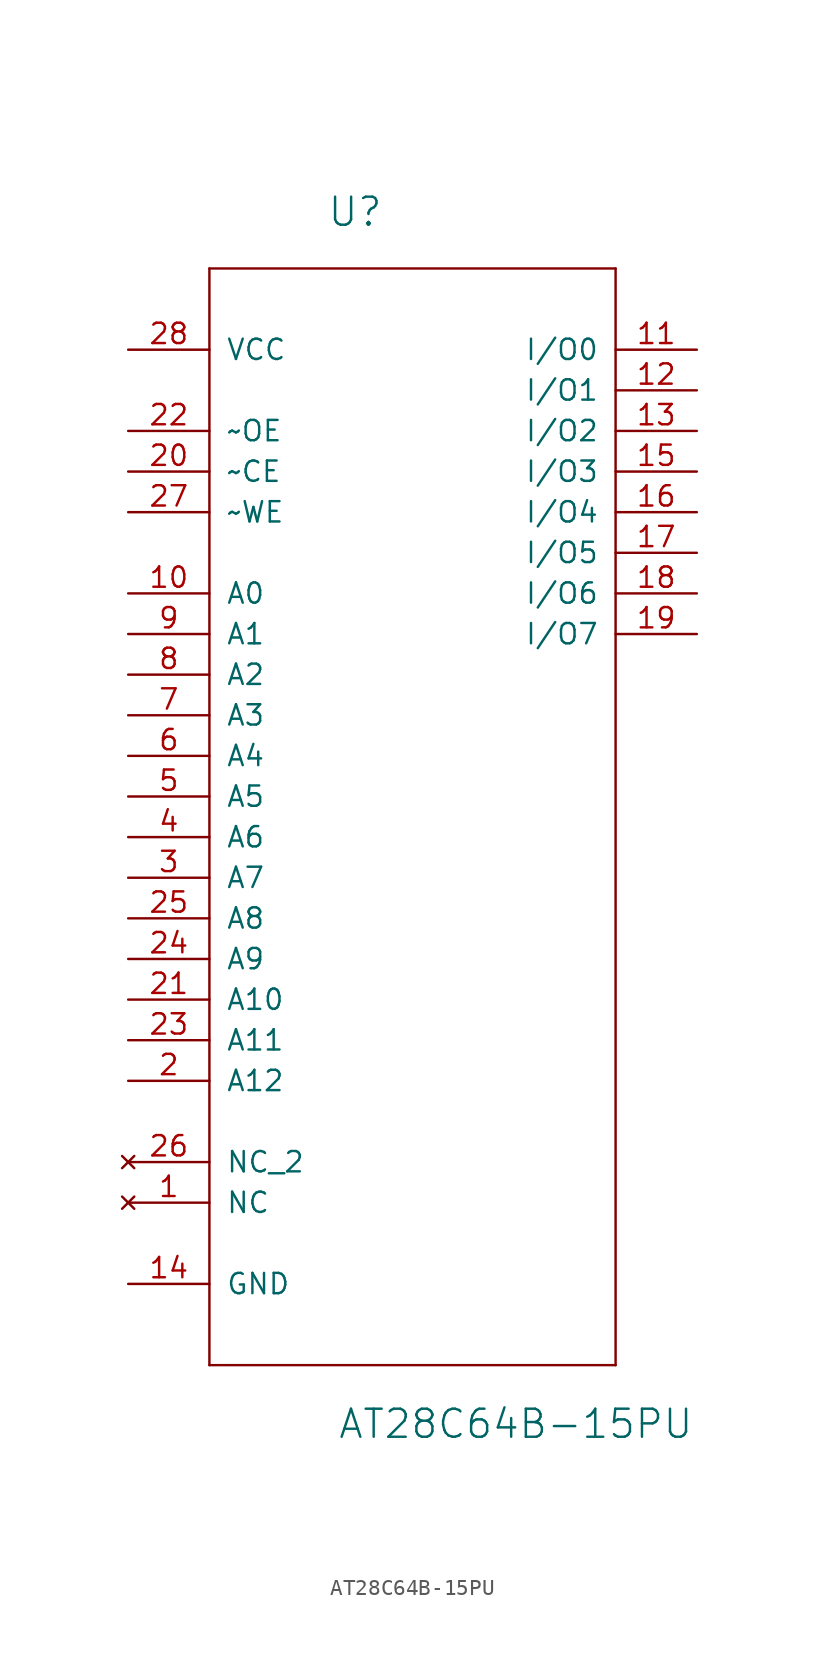
<source format=kicad_sym>
(kicad_symbol_lib
  (version 20211014)
  (generator kicad_symbol_editor)
  (symbol "AT28C64B-15PU"
    (pin_names
      (offset 1.016))
    (property "Reference" "U"
      (at -5.359 32.995 0)
      (effects (font (size 1.753 1.753)) (justify left bottom)))
    (property "Value" "AT28C64B-15PU"
      (at -4.699 -42.799 0)
      (effects (font (size 1.753 1.753)) (justify left bottom)))
    (property "ki_locked" ""
      (at 0 0 0)
      (effects (font (size 1.27 1.27))))
    (symbol "AT28C64B-15PU_1_0"
      (polyline (pts (xy -12.7 -38.1) (xy 12.7 -38.1)) (stroke (width 0) (type default) (color 0 0 0 0)) (fill (type none)))
      (polyline (pts (xy -12.7 30.48) (xy -12.7 -38.1)) (stroke (width 0) (type default) (color 0 0 0 0)) (fill (type none)))
      (polyline (pts (xy 12.7 -38.1) (xy 12.7 30.48)) (stroke (width 0) (type default) (color 0 0 0 0)) (fill (type none)))
      (polyline (pts (xy 12.7 30.48) (xy -12.7 30.48)) (stroke (width 0) (type default) (color 0 0 0 0)) (fill (type none)))
      (pin no_connect line (at -17.78 -27.94 0) (length 5.08) (name "NC" (effects (font (size 1.27 1.27)))) (number "1" (effects (font (size 1.27 1.27)))))
      (pin input line (at -17.78 10.16 0) (length 5.08) (name "A0" (effects (font (size 1.27 1.27)))) (number "10" (effects (font (size 1.27 1.27)))))
      (pin output line (at 17.78 25.4 180) (length 5.08) (name "I/O0" (effects (font (size 1.27 1.27)))) (number "11" (effects (font (size 1.27 1.27)))))
      (pin output line (at 17.78 22.86 180) (length 5.08) (name "I/O1" (effects (font (size 1.27 1.27)))) (number "12" (effects (font (size 1.27 1.27)))))
      (pin output line (at 17.78 20.32 180) (length 5.08) (name "I/O2" (effects (font (size 1.27 1.27)))) (number "13" (effects (font (size 1.27 1.27)))))
      (pin power_in line (at -17.78 -33.02 0) (length 5.08) (name "GND" (effects (font (size 1.27 1.27)))) (number "14" (effects (font (size 1.27 1.27)))))
      (pin output line (at 17.78 17.78 180) (length 5.08) (name "I/O3" (effects (font (size 1.27 1.27)))) (number "15" (effects (font (size 1.27 1.27)))))
      (pin output line (at 17.78 15.24 180) (length 5.08) (name "I/O4" (effects (font (size 1.27 1.27)))) (number "16" (effects (font (size 1.27 1.27)))))
      (pin output line (at 17.78 12.7 180) (length 5.08) (name "I/O5" (effects (font (size 1.27 1.27)))) (number "17" (effects (font (size 1.27 1.27)))))
      (pin output line (at 17.78 10.16 180) (length 5.08) (name "I/O6" (effects (font (size 1.27 1.27)))) (number "18" (effects (font (size 1.27 1.27)))))
      (pin output line (at 17.78 7.62 180) (length 5.08) (name "I/O7" (effects (font (size 1.27 1.27)))) (number "19" (effects (font (size 1.27 1.27)))))
      (pin input line (at -17.78 -20.32 0) (length 5.08) (name "A12" (effects (font (size 1.27 1.27)))) (number "2" (effects (font (size 1.27 1.27)))))
      (pin input line (at -17.78 17.78 0) (length 5.08) (name "~CE" (effects (font (size 1.27 1.27)))) (number "20" (effects (font (size 1.27 1.27)))))
      (pin input line (at -17.78 -15.24 0) (length 5.08) (name "A10" (effects (font (size 1.27 1.27)))) (number "21" (effects (font (size 1.27 1.27)))))
      (pin input line (at -17.78 20.32 0) (length 5.08) (name "~OE" (effects (font (size 1.27 1.27)))) (number "22" (effects (font (size 1.27 1.27)))))
      (pin input line (at -17.78 -17.78 0) (length 5.08) (name "A11" (effects (font (size 1.27 1.27)))) (number "23" (effects (font (size 1.27 1.27)))))
      (pin input line (at -17.78 -12.7 0) (length 5.08) (name "A9" (effects (font (size 1.27 1.27)))) (number "24" (effects (font (size 1.27 1.27)))))
      (pin input line (at -17.78 -10.16 0) (length 5.08) (name "A8" (effects (font (size 1.27 1.27)))) (number "25" (effects (font (size 1.27 1.27)))))
      (pin no_connect line (at -17.78 -25.4 0) (length 5.08) (name "NC_2" (effects (font (size 1.27 1.27)))) (number "26" (effects (font (size 1.27 1.27)))))
      (pin input line (at -17.78 15.24 0) (length 5.08) (name "~WE" (effects (font (size 1.27 1.27)))) (number "27" (effects (font (size 1.27 1.27)))))
      (pin power_in line (at -17.78 25.4 0) (length 5.08) (name "VCC" (effects (font (size 1.27 1.27)))) (number "28" (effects (font (size 1.27 1.27)))))
      (pin input line (at -17.78 -7.62 0) (length 5.08) (name "A7" (effects (font (size 1.27 1.27)))) (number "3" (effects (font (size 1.27 1.27)))))
      (pin input line (at -17.78 -5.08 0) (length 5.08) (name "A6" (effects (font (size 1.27 1.27)))) (number "4" (effects (font (size 1.27 1.27)))))
      (pin input line (at -17.78 -2.54 0) (length 5.08) (name "A5" (effects (font (size 1.27 1.27)))) (number "5" (effects (font (size 1.27 1.27)))))
      (pin input line (at -17.78 0 0) (length 5.08) (name "A4" (effects (font (size 1.27 1.27)))) (number "6" (effects (font (size 1.27 1.27)))))
      (pin input line (at -17.78 2.54 0) (length 5.08) (name "A3" (effects (font (size 1.27 1.27)))) (number "7" (effects (font (size 1.27 1.27)))))
      (pin input line (at -17.78 5.08 0) (length 5.08) (name "A2" (effects (font (size 1.27 1.27)))) (number "8" (effects (font (size 1.27 1.27)))))
      (pin input line (at -17.78 7.62 0) (length 5.08) (name "A1" (effects (font (size 1.27 1.27)))) (number "9" (effects (font (size 1.27 1.27))))))))
</source>
